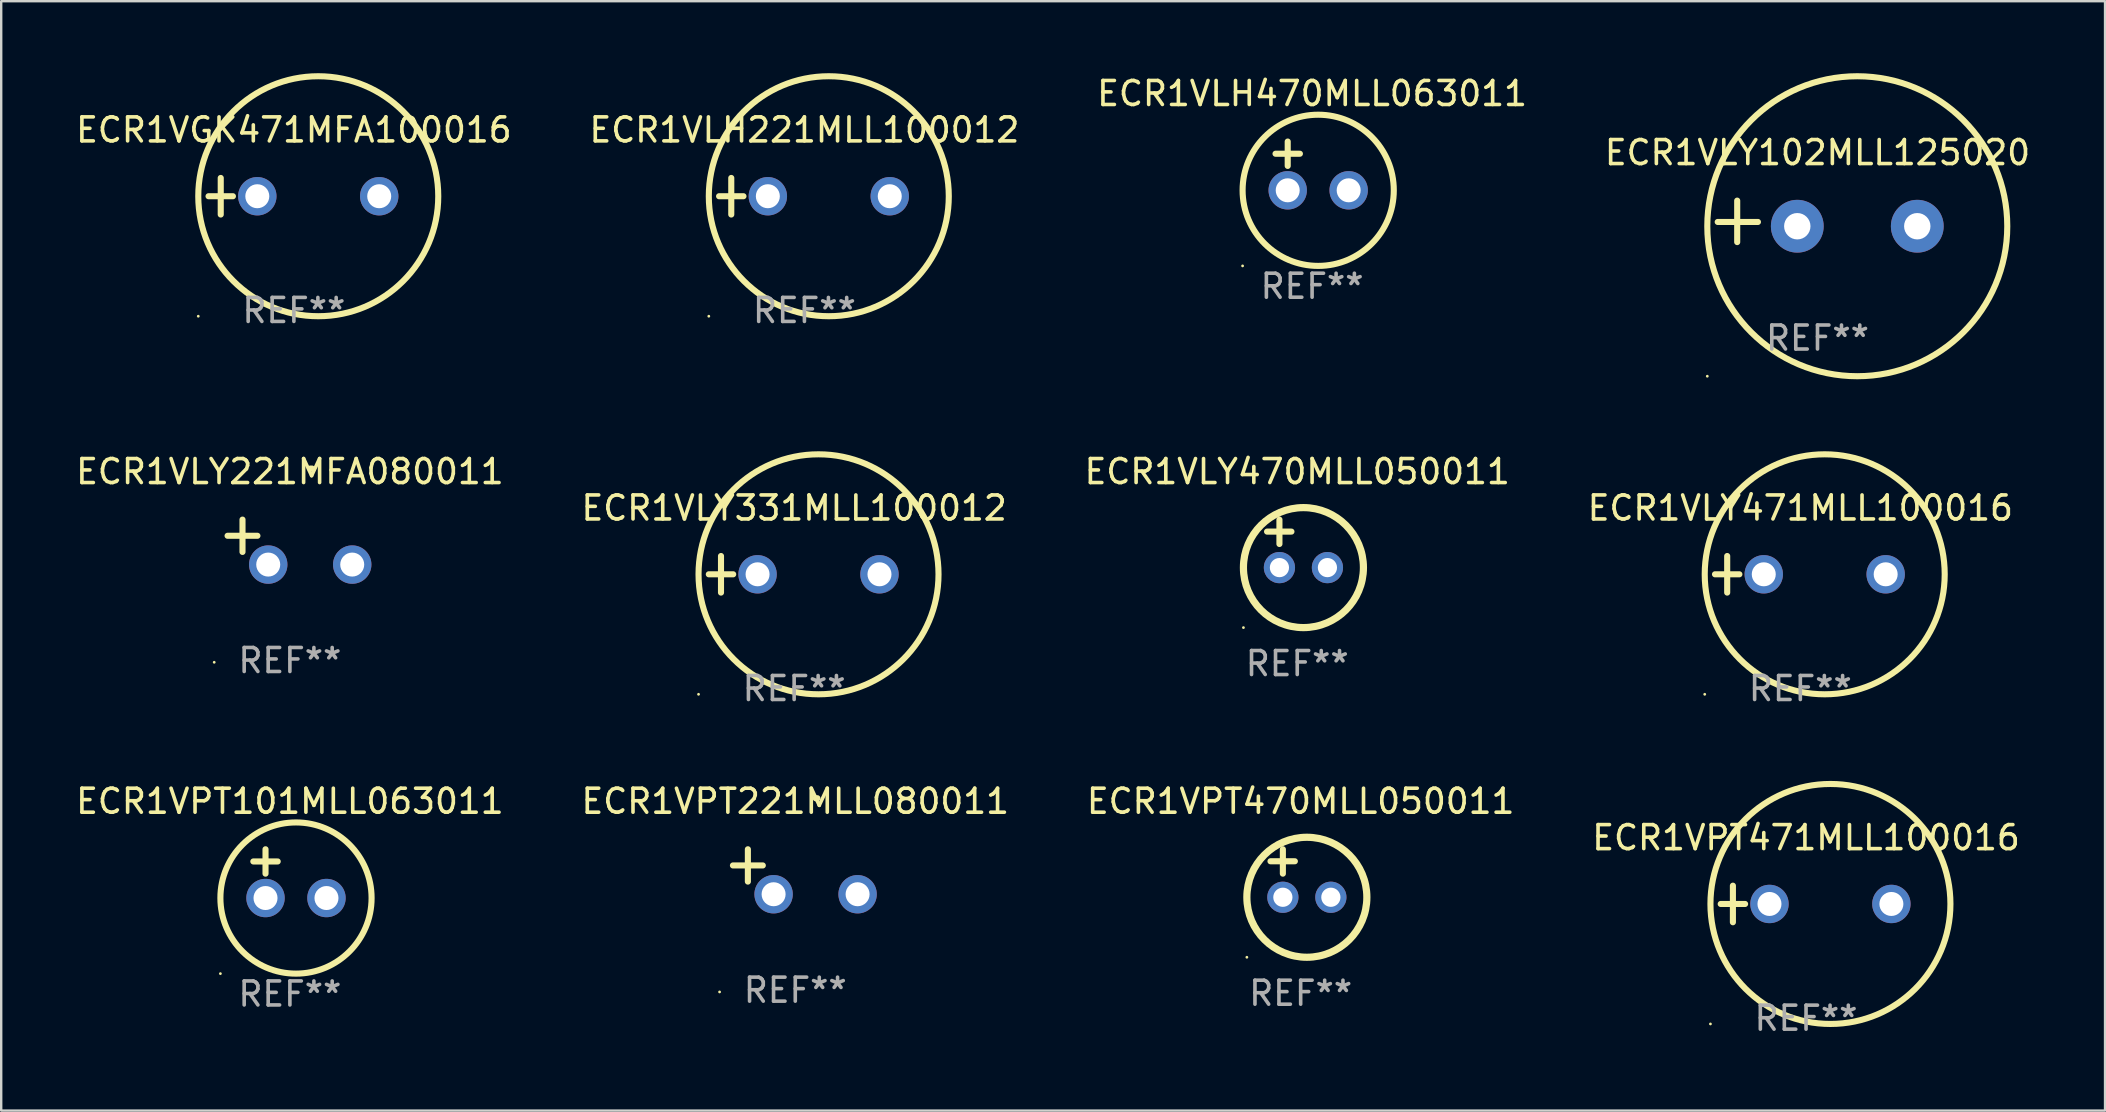
<source format=kicad_pcb>
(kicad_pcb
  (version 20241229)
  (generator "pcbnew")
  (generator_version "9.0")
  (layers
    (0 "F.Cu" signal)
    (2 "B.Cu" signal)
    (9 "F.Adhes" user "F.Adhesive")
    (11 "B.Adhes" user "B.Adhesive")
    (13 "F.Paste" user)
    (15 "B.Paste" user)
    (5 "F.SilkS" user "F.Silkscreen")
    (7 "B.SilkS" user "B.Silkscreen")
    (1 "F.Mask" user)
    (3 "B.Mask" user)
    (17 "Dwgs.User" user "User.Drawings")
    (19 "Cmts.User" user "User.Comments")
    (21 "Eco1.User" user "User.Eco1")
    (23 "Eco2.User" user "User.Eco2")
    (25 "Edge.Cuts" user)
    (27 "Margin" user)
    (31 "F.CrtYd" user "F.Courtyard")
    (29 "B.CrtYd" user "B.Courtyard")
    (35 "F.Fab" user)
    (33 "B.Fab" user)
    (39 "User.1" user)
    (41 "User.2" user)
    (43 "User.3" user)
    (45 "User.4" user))
  (footprint "ECR1VLH221MLL100012"
    (layer "F.Cu")
    (at 30.47 5.127)
    (property "Reference" "ECR1VLH221MLL100012" (at 0 -2.762 0) (layer "F.SilkS") (effects (font (size 1 1) (thickness 0.15))))
    (attr through_hole)
    (fp_line (start -3.556 0) (end -2.54 0) (stroke (width 0.254) (type solid)) (layer "F.SilkS"))
    (fp_line (start -3.048 -0.762) (end -3.048 0.762) (stroke (width 0.254) (type solid)) (layer "F.SilkS"))
    (fp_circle (center -3.984 5) (end -3.954 5) (stroke (width 0.06) (type solid)) (fill no) (layer "F.SilkS"))
    (fp_circle (center 1.016 0) (end 6.016 0) (stroke (width 0.254) (type solid)) (fill no) (layer "F.SilkS"))
    (fp_text user "REF**" (at 0 4.762 0) (layer "F.Fab") (effects (font (size 1 1) (thickness 0.15))))
    (pad "1" thru_hole circle (at -1.524 0) (size 1.6 1.6) (drill 1) (layers "*.Cu" "*.Mask"))
    (pad "2" thru_hole circle (at 3.556 0) (size 1.6 1.6) (drill 1) (layers "*.Cu" "*.Mask")))
  (footprint "ECR1VPT101MLL063011"
    (layer "F.Cu")
    (at 9.03 33.355)
    (property "Reference" "ECR1VPT101MLL063011" (at 0 -3.016 0) (layer "F.SilkS") (effects (font (size 1 1) (thickness 0.15))))
    (attr through_hole)
    (fp_line (start -1.524 -0.508) (end -0.508 -0.508) (stroke (width 0.254) (type solid)) (layer "F.SilkS"))
    (fp_line (start -1.016 -1.016) (end -1.016 0) (stroke (width 0.254) (type solid)) (layer "F.SilkS"))
    (fp_circle (center -2.896 4.166) (end -2.866 4.166) (stroke (width 0.06) (type solid)) (fill no) (layer "F.SilkS"))
    (fp_circle (center 0.254 1.016) (end 3.404 1.016) (stroke (width 0.254) (type solid)) (fill no) (layer "F.SilkS"))
    (fp_text user "REF**" (at 0 5.016 0) (layer "F.Fab") (effects (font (size 1 1) (thickness 0.15))))
    (pad "1" thru_hole circle (at -1.016 1.016) (size 1.6 1.6) (drill 1) (layers "*.Cu" "*.Mask"))
    (pad "2" thru_hole circle (at 1.524 1.016) (size 1.6 1.6) (drill 1) (layers "*.Cu" "*.Mask")))
  (footprint "ECR1VPT470MLL050011"
    (layer "F.Cu")
    (at 51.149 33.339)
    (property "Reference" "ECR1VPT470MLL050011" (at 0 -3 0) (layer "F.SilkS") (effects (font (size 1 1) (thickness 0.15))))
    (attr through_hole)
    (fp_line (start -1.258 -0.5) (end -0.242 -0.5) (stroke (width 0.254) (type solid)) (layer "F.SilkS"))
    (fp_line (start -0.742 -1) (end -0.742 0.016) (stroke (width 0.254) (type solid)) (layer "F.SilkS"))
    (fp_circle (center -2.242 3.5) (end -2.212 3.5) (stroke (width 0.06) (type solid)) (fill no) (layer "F.SilkS"))
    (fp_circle (center 0.258 1) (end 2.758 1) (stroke (width 0.3) (type solid)) (fill no) (layer "F.SilkS"))
    (fp_text user "REF**" (at 0 5 0) (layer "F.Fab") (effects (font (size 1 1) (thickness 0.15))))
    (pad "1" thru_hole circle (at -0.742 1) (size 1.3 1.3) (drill 0.8) (layers "*.Cu" "*.Mask"))
    (pad "2" thru_hole circle (at 1.258 1) (size 1.3 1.3) (drill 0.8) (layers "*.Cu" "*.Mask")))
  (footprint "ECR1VPT471MLL100016"
    (layer "F.Cu")
    (at 72.208 34.618)
    (property "Reference" "ECR1VPT471MLL100016" (at 0 -2.762 0) (layer "F.SilkS") (effects (font (size 1 1) (thickness 0.15))))
    (attr through_hole)
    (fp_line (start -3.556 0) (end -2.54 0) (stroke (width 0.254) (type solid)) (layer "F.SilkS"))
    (fp_line (start -3.048 -0.762) (end -3.048 0.762) (stroke (width 0.254) (type solid)) (layer "F.SilkS"))
    (fp_circle (center -3.984 5) (end -3.954 5) (stroke (width 0.06) (type solid)) (fill no) (layer "F.SilkS"))
    (fp_circle (center 1.016 0) (end 6.016 0) (stroke (width 0.254) (type solid)) (fill no) (layer "F.SilkS"))
    (fp_text user "REF**" (at 0 4.762 0) (layer "F.Fab") (effects (font (size 1 1) (thickness 0.15))))
    (pad "1" thru_hole circle (at -1.524 0) (size 1.6 1.6) (drill 1) (layers "*.Cu" "*.Mask"))
    (pad "2" thru_hole circle (at 3.556 0) (size 1.6 1.6) (drill 1) (layers "*.Cu" "*.Mask")))
  (footprint "ECR1VGK471MFA100016"
    (layer "F.Cu")
    (at 9.196 5.127)
    (property "Reference" "ECR1VGK471MFA100016" (at 0 -2.762 0) (layer "F.SilkS") (effects (font (size 1 1) (thickness 0.15))))
    (attr through_hole)
    (fp_line (start -3.556 0) (end -2.54 0) (stroke (width 0.254) (type solid)) (layer "F.SilkS"))
    (fp_line (start -3.048 -0.762) (end -3.048 0.762) (stroke (width 0.254) (type solid)) (layer "F.SilkS"))
    (fp_circle (center -3.984 5) (end -3.954 5) (stroke (width 0.06) (type solid)) (fill no) (layer "F.SilkS"))
    (fp_circle (center 1.016 0) (end 6.016 0) (stroke (width 0.254) (type solid)) (fill no) (layer "F.SilkS"))
    (fp_text user "REF**" (at 0 4.762 0) (layer "F.Fab") (effects (font (size 1 1) (thickness 0.15))))
    (pad "1" thru_hole circle (at -1.524 0) (size 1.6 1.6) (drill 1) (layers "*.Cu" "*.Mask"))
    (pad "2" thru_hole circle (at 3.556 0) (size 1.6 1.6) (drill 1) (layers "*.Cu" "*.Mask")))
  (footprint "ECR1VPT221MLL080011"
    (layer "F.Cu")
    (at 30.089 33.276)
    (property "Reference" "ECR1VPT221MLL080011" (at 0 -2.937 0) (layer "F.SilkS") (effects (font (size 1 1) (thickness 0.15))))
    (attr through_hole)
    (fp_line (start -1.975 0.41) (end -1.975 -0.937) (stroke (width 0.254) (type solid)) (layer "F.SilkS"))
    (fp_line (start -1.353 -0.263) (end -2.597 -0.263) (stroke (width 0.254) (type solid)) (layer "F.SilkS"))
    (fp_arc (start 0.849809 -3.063957) (mid 0.885369 -3.064114) (end 0.920929 -3.063957) (stroke (width 0.254001) (type solid)) (layer "F.SilkS"))
    (fp_circle (center -3.154 5.008) (end -3.124 5.008) (stroke (width 0.06) (type solid)) (fill no) (layer "F.SilkS"))
    (fp_text user "REF**" (at 0 4.937 0) (layer "F.Fab") (effects (font (size 1 1) (thickness 0.15))))
    (pad "1" thru_hole circle (at -0.903 0.937) (size 1.6 1.6) (drill 1) (layers "*.Cu" "*.Mask"))
    (pad "2" thru_hole circle (at 2.597 0.937) (size 1.6 1.6) (drill 1) (layers "*.Cu" "*.Mask")))
  (footprint "ECR1VLY471MLL100016"
    (layer "F.Cu")
    (at 71.97 20.881)
    (property "Reference" "ECR1VLY471MLL100016" (at 0 -2.762 0) (layer "F.SilkS") (effects (font (size 1 1) (thickness 0.15))))
    (attr through_hole)
    (fp_line (start -3.556 0) (end -2.54 0) (stroke (width 0.254) (type solid)) (layer "F.SilkS"))
    (fp_line (start -3.048 -0.762) (end -3.048 0.762) (stroke (width 0.254) (type solid)) (layer "F.SilkS"))
    (fp_circle (center -3.984 5) (end -3.954 5) (stroke (width 0.06) (type solid)) (fill no) (layer "F.SilkS"))
    (fp_circle (center 1.016 0) (end 6.016 0) (stroke (width 0.254) (type solid)) (fill no) (layer "F.SilkS"))
    (fp_text user "REF**" (at 0 4.762 0) (layer "F.Fab") (effects (font (size 1 1) (thickness 0.15))))
    (pad "1" thru_hole circle (at -1.524 0) (size 1.6 1.6) (drill 1) (layers "*.Cu" "*.Mask"))
    (pad "2" thru_hole circle (at 3.556 0) (size 1.6 1.6) (drill 1) (layers "*.Cu" "*.Mask")))
  (footprint "ECR1VLY331MLL100012"
    (layer "F.Cu")
    (at 30.042 20.881)
    (property "Reference" "ECR1VLY331MLL100012" (at 0 -2.762 0) (layer "F.SilkS") (effects (font (size 1 1) (thickness 0.15))))
    (attr through_hole)
    (fp_line (start -3.556 0) (end -2.54 0) (stroke (width 0.254) (type solid)) (layer "F.SilkS"))
    (fp_line (start -3.048 -0.762) (end -3.048 0.762) (stroke (width 0.254) (type solid)) (layer "F.SilkS"))
    (fp_circle (center -3.984 5) (end -3.954 5) (stroke (width 0.06) (type solid)) (fill no) (layer "F.SilkS"))
    (fp_circle (center 1.016 0) (end 6.016 0) (stroke (width 0.254) (type solid)) (fill no) (layer "F.SilkS"))
    (fp_text user "REF**" (at 0 4.762 0) (layer "F.Fab") (effects (font (size 1 1) (thickness 0.15))))
    (pad "1" thru_hole circle (at -1.524 0) (size 1.6 1.6) (drill 1) (layers "*.Cu" "*.Mask"))
    (pad "2" thru_hole circle (at 3.556 0) (size 1.6 1.6) (drill 1) (layers "*.Cu" "*.Mask")))
  (footprint "ECR1VLH470MLL063011"
    (layer "F.Cu")
    (at 51.625 3.864)
    (property "Reference" "ECR1VLH470MLL063011" (at 0 -3.016 0) (layer "F.SilkS") (effects (font (size 1 1) (thickness 0.15))))
    (attr through_hole)
    (fp_line (start -1.524 -0.508) (end -0.508 -0.508) (stroke (width 0.254) (type solid)) (layer "F.SilkS"))
    (fp_line (start -1.016 -1.016) (end -1.016 0) (stroke (width 0.254) (type solid)) (layer "F.SilkS"))
    (fp_circle (center -2.896 4.166) (end -2.866 4.166) (stroke (width 0.06) (type solid)) (fill no) (layer "F.SilkS"))
    (fp_circle (center 0.254 1.016) (end 3.404 1.016) (stroke (width 0.254) (type solid)) (fill no) (layer "F.SilkS"))
    (fp_text user "REF**" (at 0 5.016 0) (layer "F.Fab") (effects (font (size 1 1) (thickness 0.15))))
    (pad "1" thru_hole circle (at -1.016 1.016) (size 1.6 1.6) (drill 1) (layers "*.Cu" "*.Mask"))
    (pad "2" thru_hole circle (at 1.524 1.016) (size 1.6 1.6) (drill 1) (layers "*.Cu" "*.Mask")))
  (footprint "ECR1VLY102MLL125020"
    (layer "F.Cu")
    (at 72.685 6.174)
    (property "Reference" "ECR1VLY102MLL125020" (at 0 -2.864 0) (layer "F.SilkS") (effects (font (size 1 1) (thickness 0.15))))
    (attr through_hole)
    (fp_line (start -3.346 0.864) (end -3.346 -0.864) (stroke (width 0.254) (type solid)) (layer "F.SilkS"))
    (fp_line (start -2.482 0.025) (end -4.158 0.025) (stroke (width 0.254) (type solid)) (layer "F.SilkS"))
    (fp_circle (center -4.592 6.453) (end -4.562 6.453) (stroke (width 0.06) (type solid)) (fill no) (layer "F.SilkS"))
    (fp_circle (center 1.658 0.203) (end 7.908 0.203) (stroke (width 0.254) (type solid)) (fill no) (layer "F.SilkS"))
    (fp_text user "REF**" (at 0 4.864 0) (layer "F.Fab") (effects (font (size 1 1) (thickness 0.15))))
    (pad "1" thru_hole circle (at -0.842 0.203) (size 2.2 2.2) (drill 1.1) (layers "*.Cu" "*.Mask"))
    (pad "2" thru_hole circle (at 4.158 0.203) (size 2.2 2.2) (drill 1.1) (layers "*.Cu" "*.Mask")))
  (footprint "ECR1VLY470MLL050011"
    (layer "F.Cu")
    (at 51.006 19.602)
    (property "Reference" "ECR1VLY470MLL050011" (at 0 -3 0) (layer "F.SilkS") (effects (font (size 1 1) (thickness 0.15))))
    (attr through_hole)
    (fp_line (start -1.258 -0.5) (end -0.242 -0.5) (stroke (width 0.254) (type solid)) (layer "F.SilkS"))
    (fp_line (start -0.742 -1) (end -0.742 0.016) (stroke (width 0.254) (type solid)) (layer "F.SilkS"))
    (fp_circle (center -2.242 3.5) (end -2.212 3.5) (stroke (width 0.06) (type solid)) (fill no) (layer "F.SilkS"))
    (fp_circle (center 0.258 1) (end 2.758 1) (stroke (width 0.3) (type solid)) (fill no) (layer "F.SilkS"))
    (fp_text user "REF**" (at 0 5 0) (layer "F.Fab") (effects (font (size 1 1) (thickness 0.15))))
    (pad "1" thru_hole circle (at -0.742 1) (size 1.3 1.3) (drill 0.8) (layers "*.Cu" "*.Mask"))
    (pad "2" thru_hole circle (at 1.258 1) (size 1.3 1.3) (drill 0.8) (layers "*.Cu" "*.Mask")))
  (footprint "ECR1VLY221MFA080011"
    (layer "F.Cu")
    (at 9.03 19.539)
    (property "Reference" "ECR1VLY221MFA080011" (at 0 -2.937 0) (layer "F.SilkS") (effects (font (size 1 1) (thickness 0.15))))
    (attr through_hole)
    (fp_line (start -1.975 0.41) (end -1.975 -0.937) (stroke (width 0.254) (type solid)) (layer "F.SilkS"))
    (fp_line (start -1.353 -0.263) (end -2.597 -0.263) (stroke (width 0.254) (type solid)) (layer "F.SilkS"))
    (fp_arc (start 0.849809 -3.063957) (mid 0.885369 -3.064114) (end 0.920929 -3.063957) (stroke (width 0.254001) (type solid)) (layer "F.SilkS"))
    (fp_circle (center -3.154 5.008) (end -3.124 5.008) (stroke (width 0.06) (type solid)) (fill no) (layer "F.SilkS"))
    (fp_text user "REF**" (at 0 4.937 0) (layer "F.Fab") (effects (font (size 1 1) (thickness 0.15))))
    (pad "1" thru_hole circle (at -0.903 0.937) (size 1.6 1.6) (drill 1) (layers "*.Cu" "*.Mask"))
    (pad "2" thru_hole circle (at 2.597 0.937) (size 1.6 1.6) (drill 1) (layers "*.Cu" "*.Mask")))
  (gr_rect
    (start -3 -3)
    (end 84.667 43.228)
    (stroke (width 0.1) (type default))
    (fill no)
    (layer "Edge.Cuts")))
</source>
